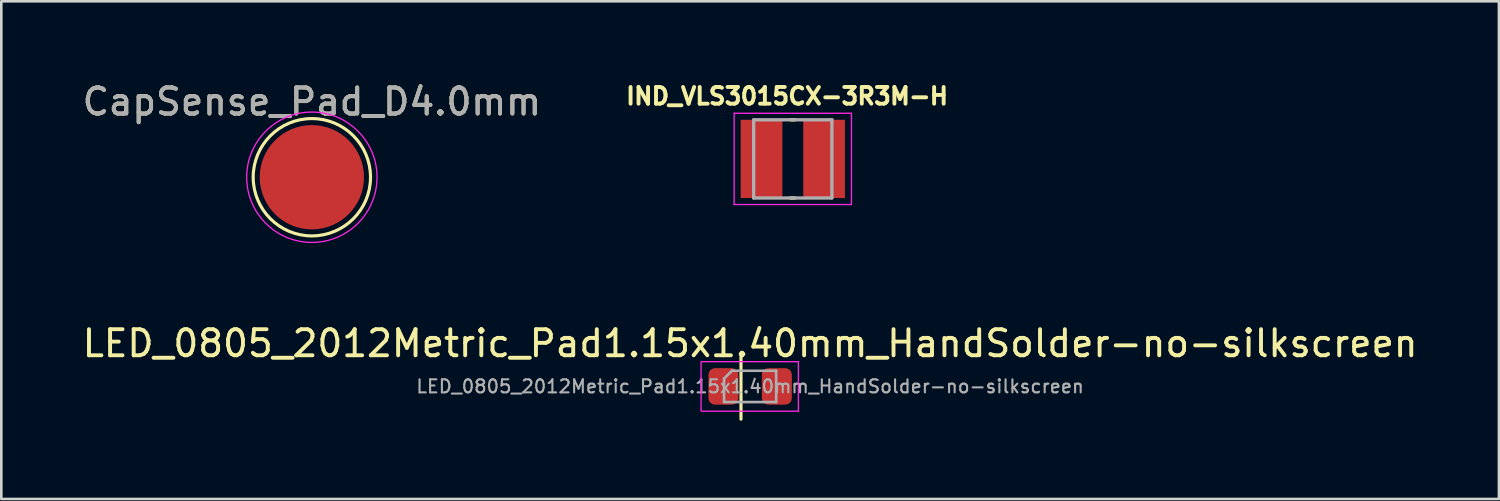
<source format=kicad_pcb>
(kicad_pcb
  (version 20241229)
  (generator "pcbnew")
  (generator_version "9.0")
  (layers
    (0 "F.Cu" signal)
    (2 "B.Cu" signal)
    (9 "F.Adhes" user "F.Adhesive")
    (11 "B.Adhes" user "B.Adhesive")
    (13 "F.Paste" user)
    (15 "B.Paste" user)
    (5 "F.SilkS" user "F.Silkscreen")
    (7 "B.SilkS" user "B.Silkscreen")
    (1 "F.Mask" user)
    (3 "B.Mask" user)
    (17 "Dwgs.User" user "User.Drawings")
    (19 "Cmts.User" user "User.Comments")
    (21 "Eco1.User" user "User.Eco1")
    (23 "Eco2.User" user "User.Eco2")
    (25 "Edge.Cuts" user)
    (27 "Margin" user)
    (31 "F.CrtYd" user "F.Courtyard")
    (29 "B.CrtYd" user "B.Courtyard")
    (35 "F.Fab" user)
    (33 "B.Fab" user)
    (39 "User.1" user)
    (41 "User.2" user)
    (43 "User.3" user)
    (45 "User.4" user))
  (footprint "IND_VLS3015CX-3R3M-H"
    (layer "F.Cu")
    (at 27.357 3.044)
    (property "Reference" "IND_VLS3015CX-3R3M-H" (at -0.218 -2.406 0) (layer "F.SilkS") (effects (font (size 0.64 0.64) (thickness 0.15))))
    (attr through_hole)
    (fp_line (start -0.08 -1.5) (end 0.08 -1.5) (stroke (width 0.127) (type solid)) (layer "F.SilkS"))
    (fp_line (start -0.08 1.5) (end 0.08 1.5) (stroke (width 0.127) (type solid)) (layer "F.SilkS"))
    (fp_line (start -2.25 -1.75) (end -2.25 1.75) (stroke (width 0.05) (type solid)) (layer "F.CrtYd"))
    (fp_line (start -2.25 1.75) (end 2.25 1.75) (stroke (width 0.05) (type solid)) (layer "F.CrtYd"))
    (fp_line (start 2.25 -1.75) (end -2.25 -1.75) (stroke (width 0.05) (type solid)) (layer "F.CrtYd"))
    (fp_line (start 2.25 1.75) (end 2.25 -1.75) (stroke (width 0.05) (type solid)) (layer "F.CrtYd"))
    (fp_line (start -1.5 -1.5) (end -1.5 1.5) (stroke (width 0.127) (type solid)) (layer "F.Fab"))
    (fp_line (start -1.5 -1.5) (end 1.5 -1.5) (stroke (width 0.127) (type solid)) (layer "F.Fab"))
    (fp_line (start -1.5 1.5) (end 1.5 1.5) (stroke (width 0.127) (type solid)) (layer "F.Fab"))
    (fp_line (start 1.5 -1.5) (end 1.5 1.5) (stroke (width 0.127) (type solid)) (layer "F.Fab"))
    (pad "1" smd rect (at -1.2 0) (size 1.6 3) (layers "F.Cu" "F.Mask" "F.Paste"))
    (pad "2" smd rect (at 1.2 0) (size 1.6 3) (layers "F.Cu" "F.Mask" "F.Paste")))
  (footprint "LED_0805_2012Metric_Pad1.15x1.40mm_HandSolder-no-silkscreen"
    (layer "F.Cu")
    (at 25.72 11.771)
    (property "Reference" "LED_0805_2012Metric_Pad1.15x1.40mm_HandSolder-no-silkscreen" (at 0 -1.65 180) (layer "F.SilkS") (effects (font (size 1 1) (thickness 0.15))))
    (attr smd)
    (fp_line (start -0.35 1.256) (end -0.35 -1.284) (stroke (width 0.12) (type solid)) (layer "F.SilkS"))
    (fp_line (start -1.881 -0.95) (end -1.881 0.95) (stroke (width 0.05) (type solid)) (layer "F.CrtYd"))
    (fp_line (start -1.85 -0.95) (end 1.85 -0.95) (stroke (width 0.05) (type solid)) (layer "F.CrtYd"))
    (fp_line (start 1.85 -0.95) (end 1.85 0.95) (stroke (width 0.05) (type solid)) (layer "F.CrtYd"))
    (fp_line (start 1.85 0.95) (end -1.85 0.95) (stroke (width 0.05) (type solid)) (layer "F.CrtYd"))
    (fp_line (start -1 -0.3) (end -1 0.6) (stroke (width 0.1) (type solid)) (layer "F.Fab"))
    (fp_line (start -1 0.6) (end 1 0.6) (stroke (width 0.1) (type solid)) (layer "F.Fab"))
    (fp_line (start -0.7 -0.6) (end -1 -0.3) (stroke (width 0.1) (type solid)) (layer "F.Fab"))
    (fp_line (start 1 -0.6) (end -0.7 -0.6) (stroke (width 0.1) (type solid)) (layer "F.Fab"))
    (fp_line (start 1 0.6) (end 1 -0.6) (stroke (width 0.1) (type solid)) (layer "F.Fab"))
    (fp_text user "${REFERENCE}" (at 0 0 180) (layer "F.Fab") (effects (font (size 0.5 0.5) (thickness 0.08))))
    (pad "1" smd roundrect (at -1.025 0) (size 1.15 1.4) (layers "F.Cu" "F.Mask" "F.Paste") (roundrect_rratio 0.217))
    (pad "2" smd roundrect (at 1.025 0) (size 1.15 1.4) (layers "F.Cu" "F.Mask" "F.Paste") (roundrect_rratio 0.217)))
  (footprint "CapSense_Pad_D4.0mm"
    (layer "F.Cu")
    (at 8.911 3.748)
    (property "Reference" "CapSense_Pad_D4.0mm" (at 0 -2.898 0) (layer "F.SilkS") (effects (font (size 1 1) (thickness 0.15))))
    (attr exclude_from_pos_files exclude_from_bom)
    (fp_circle (center 0 0) (end 2 0) (stroke (width 0.12) (type solid)) (fill no) (layer "F.Mask"))
    (fp_circle (center 0 0) (end 0 2.25) (stroke (width 0.12) (type solid)) (fill no) (layer "F.SilkS"))
    (fp_circle (center 0 0) (end 2.5 0) (stroke (width 0.05) (type solid)) (fill no) (layer "F.CrtYd"))
    (fp_text user "${REFERENCE}" (at 0 -2.9 0) (layer "F.Fab") (effects (font (size 1 1) (thickness 0.15))))
    (pad "1" smd circle (at 0 0) (size 4 4) (layers "F.Cu" "F.Mask")))
  (gr_rect
    (start -3 -3)
    (end 54.44 16.088)
    (stroke (width 0.1) (type default))
    (fill no)
    (layer "Edge.Cuts")))
</source>
